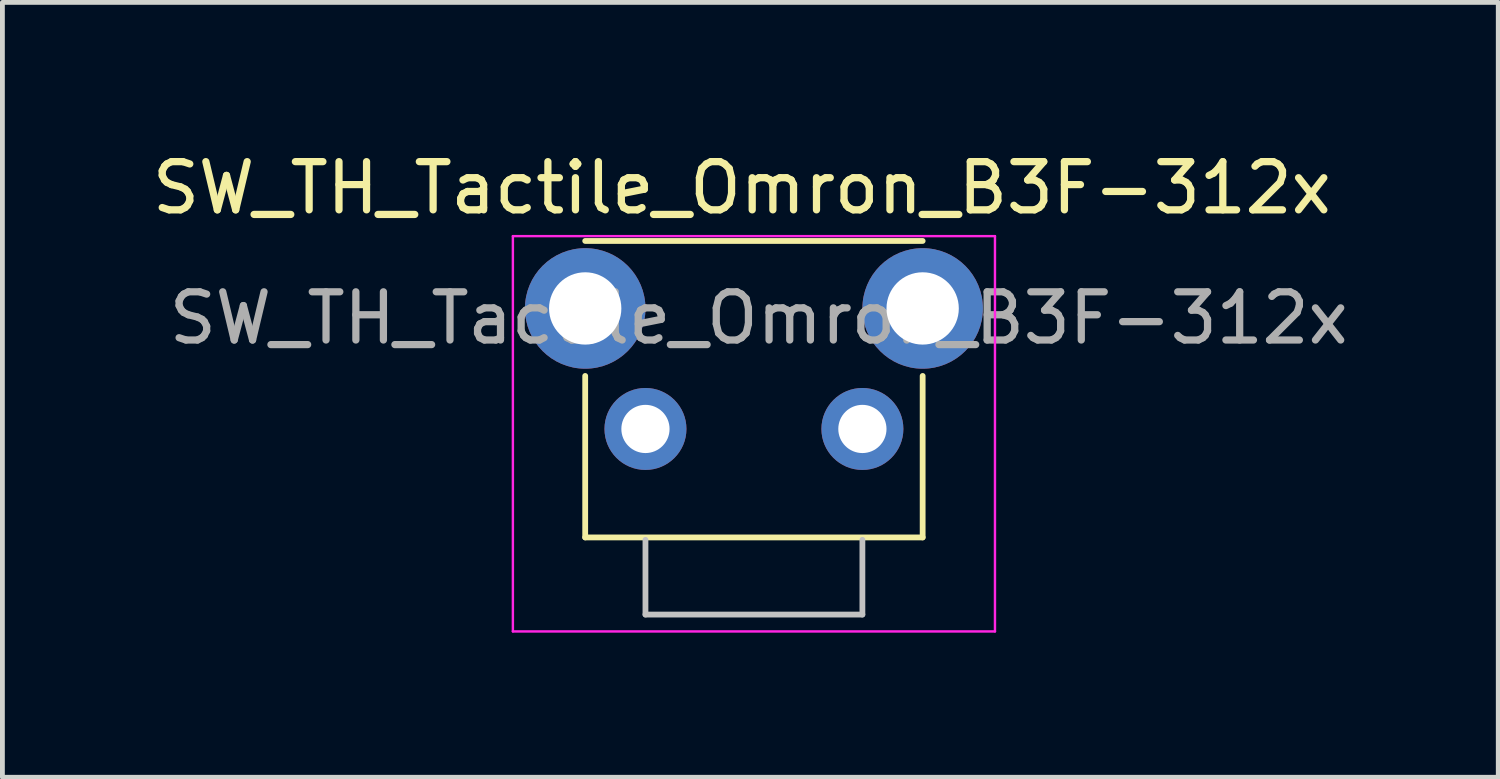
<source format=kicad_pcb>
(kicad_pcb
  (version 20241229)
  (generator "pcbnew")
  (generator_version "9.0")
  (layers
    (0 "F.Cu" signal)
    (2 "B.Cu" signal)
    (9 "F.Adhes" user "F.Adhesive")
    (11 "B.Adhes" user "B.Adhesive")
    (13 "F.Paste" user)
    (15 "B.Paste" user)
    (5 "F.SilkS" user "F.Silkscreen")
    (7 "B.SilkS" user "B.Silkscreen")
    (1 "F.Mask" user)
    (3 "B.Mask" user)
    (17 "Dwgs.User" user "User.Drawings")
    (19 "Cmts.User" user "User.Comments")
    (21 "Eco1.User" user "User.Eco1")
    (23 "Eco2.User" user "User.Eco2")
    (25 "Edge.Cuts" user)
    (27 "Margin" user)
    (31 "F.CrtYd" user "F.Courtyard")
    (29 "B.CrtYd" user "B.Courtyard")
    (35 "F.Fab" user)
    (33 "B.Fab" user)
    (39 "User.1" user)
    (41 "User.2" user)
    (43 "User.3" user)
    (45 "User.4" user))
  (footprint "SW_TH_Tactile_Omron_B3F-312x"
    (layer "F.Cu")
    (at 9.089 3.348)
    (property "Reference" "SW_TH_Tactile_Omron_B3F-312x" (at 3.25 -2.5 0) (layer "F.SilkS") (effects (font (size 1 1) (thickness 0.15))))
    (attr through_hole)
    (fp_line (start 0 -1.4) (end 7 -1.4) (stroke (width 0.12) (type solid)) (layer "F.SilkS"))
    (fp_line (start 0 1.4) (end 0 4.75) (stroke (width 0.12) (type solid)) (layer "F.SilkS"))
    (fp_line (start 0 4.75) (end 7 4.75) (stroke (width 0.12) (type solid)) (layer "F.SilkS"))
    (fp_line (start 7 1.4) (end 7 4.75) (stroke (width 0.12) (type solid)) (layer "F.SilkS"))
    (fp_line (start 1.25 6.35) (end 1.25 4.8) (stroke (width 0.12) (type solid)) (layer "Dwgs.User"))
    (fp_line (start 1.25 6.35) (end 5.75 6.35) (stroke (width 0.12) (type solid)) (layer "Dwgs.User"))
    (fp_line (start 5.75 6.35) (end 5.75 4.8) (stroke (width 0.12) (type solid)) (layer "Dwgs.User"))
    (fp_line (start -1.5 -1.5) (end -1.5 6.7) (stroke (width 0.05) (type solid)) (layer "F.CrtYd"))
    (fp_line (start -1.5 -1.5) (end 8.5 -1.5) (stroke (width 0.05) (type solid)) (layer "F.CrtYd"))
    (fp_line (start -1.5 6.7) (end 8.5 6.7) (stroke (width 0.05) (type solid)) (layer "F.CrtYd"))
    (fp_line (start 8.5 6.7) (end 8.5 -1.5) (stroke (width 0.05) (type solid)) (layer "F.CrtYd"))
    (fp_text user "${REFERENCE}" (at 3.6 0.2 0) (layer "F.Fab") (effects (font (size 1 1) (thickness 0.15))))
    (pad "1" thru_hole circle (at 1.25 2.5) (size 1.7 1.7) (drill 1) (layers "*.Cu" "*.Mask"))
    (pad "2" thru_hole circle (at 5.75 2.5) (size 1.7 1.7) (drill 1) (layers "*.Cu" "*.Mask"))
    (pad "SH" thru_hole circle (at 0 0) (size 2.5 2.5) (drill 1.5) (layers "*.Cu" "*.Mask"))
    (pad "SH" thru_hole circle (at 7 0) (size 2.5 2.5) (drill 1.5) (layers "*.Cu" "*.Mask")))
  (gr_rect
    (start -3 -3)
    (end 28.029 13.073)
    (stroke (width 0.1) (type default))
    (fill no)
    (layer "Edge.Cuts")))
</source>
